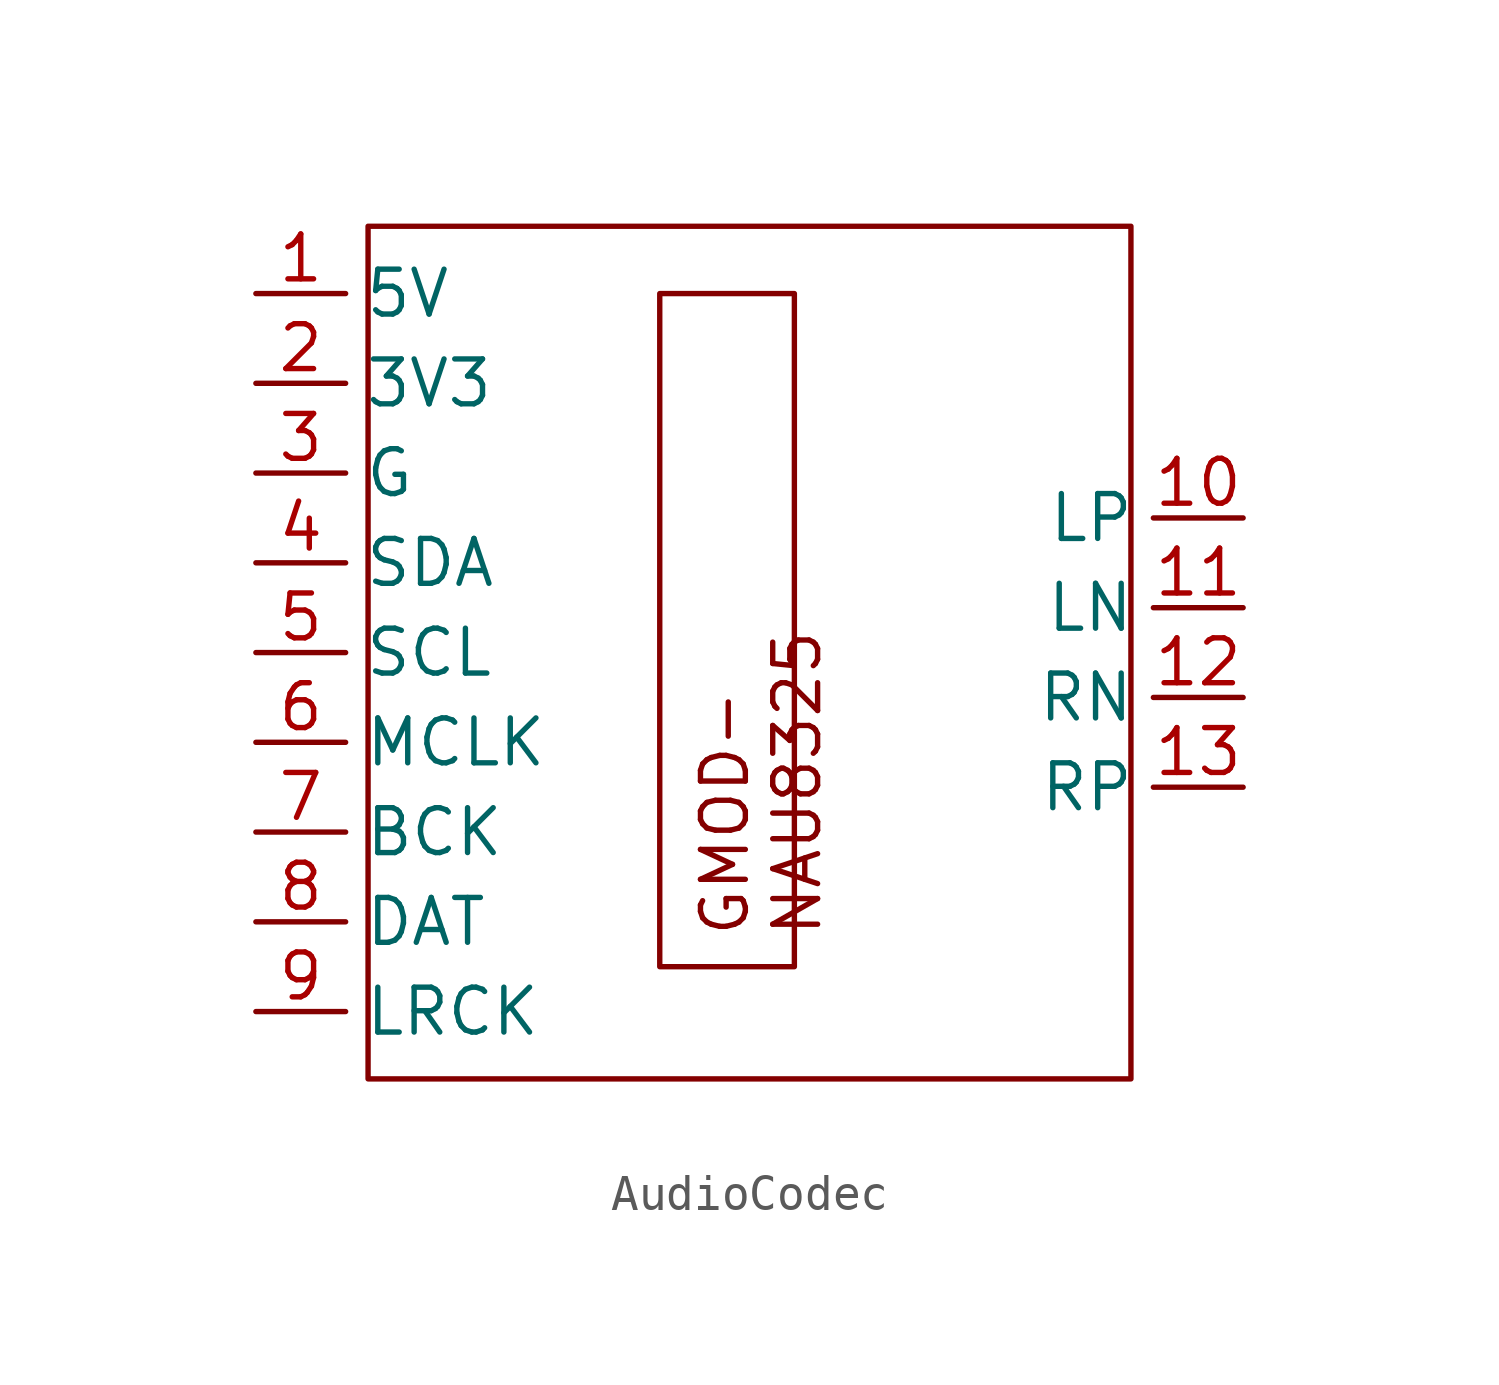
<source format=kicad_sym>
(kicad_symbol_lib
  (version 20241209)
  (generator "kicad_symbol_editor")
  (generator_version "9.0")
  (symbol "AudioCodec"
    (property "Reference" "U"
      (at 0 0 0)
      (effects (font (size 1.27 1.27)) (hide yes)))
    (property "Value" ""
      (at 0 0 0)
      (effects (font (size 1.27 1.27))))
    (symbol "AudioCodec_0_1"
      (rectangle (start -12.065 12.065) (end 9.525 -12.065) (stroke (width 0) (type default)) (fill (type none))))
    (symbol "AudioCodec_1_1"
      (text_box "GMOD- NAU8325\n" (at -3.81 10.16 90) (size 3.81 -19.05) (margins 1.1 1.778 0.3 0.8) (stroke (width 0) (type solid)) (fill (type none)) (effects (font (size 1.27 1.27)) (justify left top)))
      (pin power_in line (at -15.24 10.16 0) (length 2.54) (name "5V" (effects (font (size 1.27 1.27)))) (number "1" (effects (font (size 1.27 1.27)))))
      (pin power_in line (at -15.24 7.62 0) (length 2.54) (name "3V3" (effects (font (size 1.27 1.27)))) (number "2" (effects (font (size 1.27 1.27)))))
      (pin bidirectional line (at -15.24 5.08 0) (length 2.54) (name "G" (effects (font (size 1.27 1.27)))) (number "3" (effects (font (size 1.27 1.27)))))
      (pin bidirectional line (at -15.24 2.54 0) (length 2.54) (name "SDA" (effects (font (size 1.27 1.27)))) (number "4" (effects (font (size 1.27 1.27)))))
      (pin bidirectional line (at -15.24 0 0) (length 2.54) (name "SCL" (effects (font (size 1.27 1.27)))) (number "5" (effects (font (size 1.27 1.27)))))
      (pin bidirectional line (at -15.24 -2.54 0) (length 2.54) (name "MCLK" (effects (font (size 1.27 1.27)))) (number "6" (effects (font (size 1.27 1.27)))))
      (pin bidirectional line (at -15.24 -5.08 0) (length 2.54) (name "BCK" (effects (font (size 1.27 1.27)))) (number "7" (effects (font (size 1.27 1.27)))))
      (pin bidirectional line (at -15.24 -7.62 0) (length 2.54) (name "DAT" (effects (font (size 1.27 1.27)))) (number "8" (effects (font (size 1.27 1.27)))))
      (pin bidirectional line (at -15.24 -10.16 0) (length 2.54) (name "LRCK" (effects (font (size 1.27 1.27)))) (number "9" (effects (font (size 1.27 1.27)))))
      (pin bidirectional line (at 12.7 3.81 180) (length 2.54) (name "LP" (effects (font (size 1.27 1.27)))) (number "10" (effects (font (size 1.27 1.27)))))
      (pin bidirectional line (at 12.7 1.27 180) (length 2.54) (name "LN" (effects (font (size 1.27 1.27)))) (number "11" (effects (font (size 1.27 1.27)))))
      (pin bidirectional line (at 12.7 -1.27 180) (length 2.54) (name "RN" (effects (font (size 1.27 1.27)))) (number "12" (effects (font (size 1.27 1.27)))))
      (pin bidirectional line (at 12.7 -3.81 180) (length 2.54) (name "RP" (effects (font (size 1.27 1.27)))) (number "13" (effects (font (size 1.27 1.27))))))))
</source>
